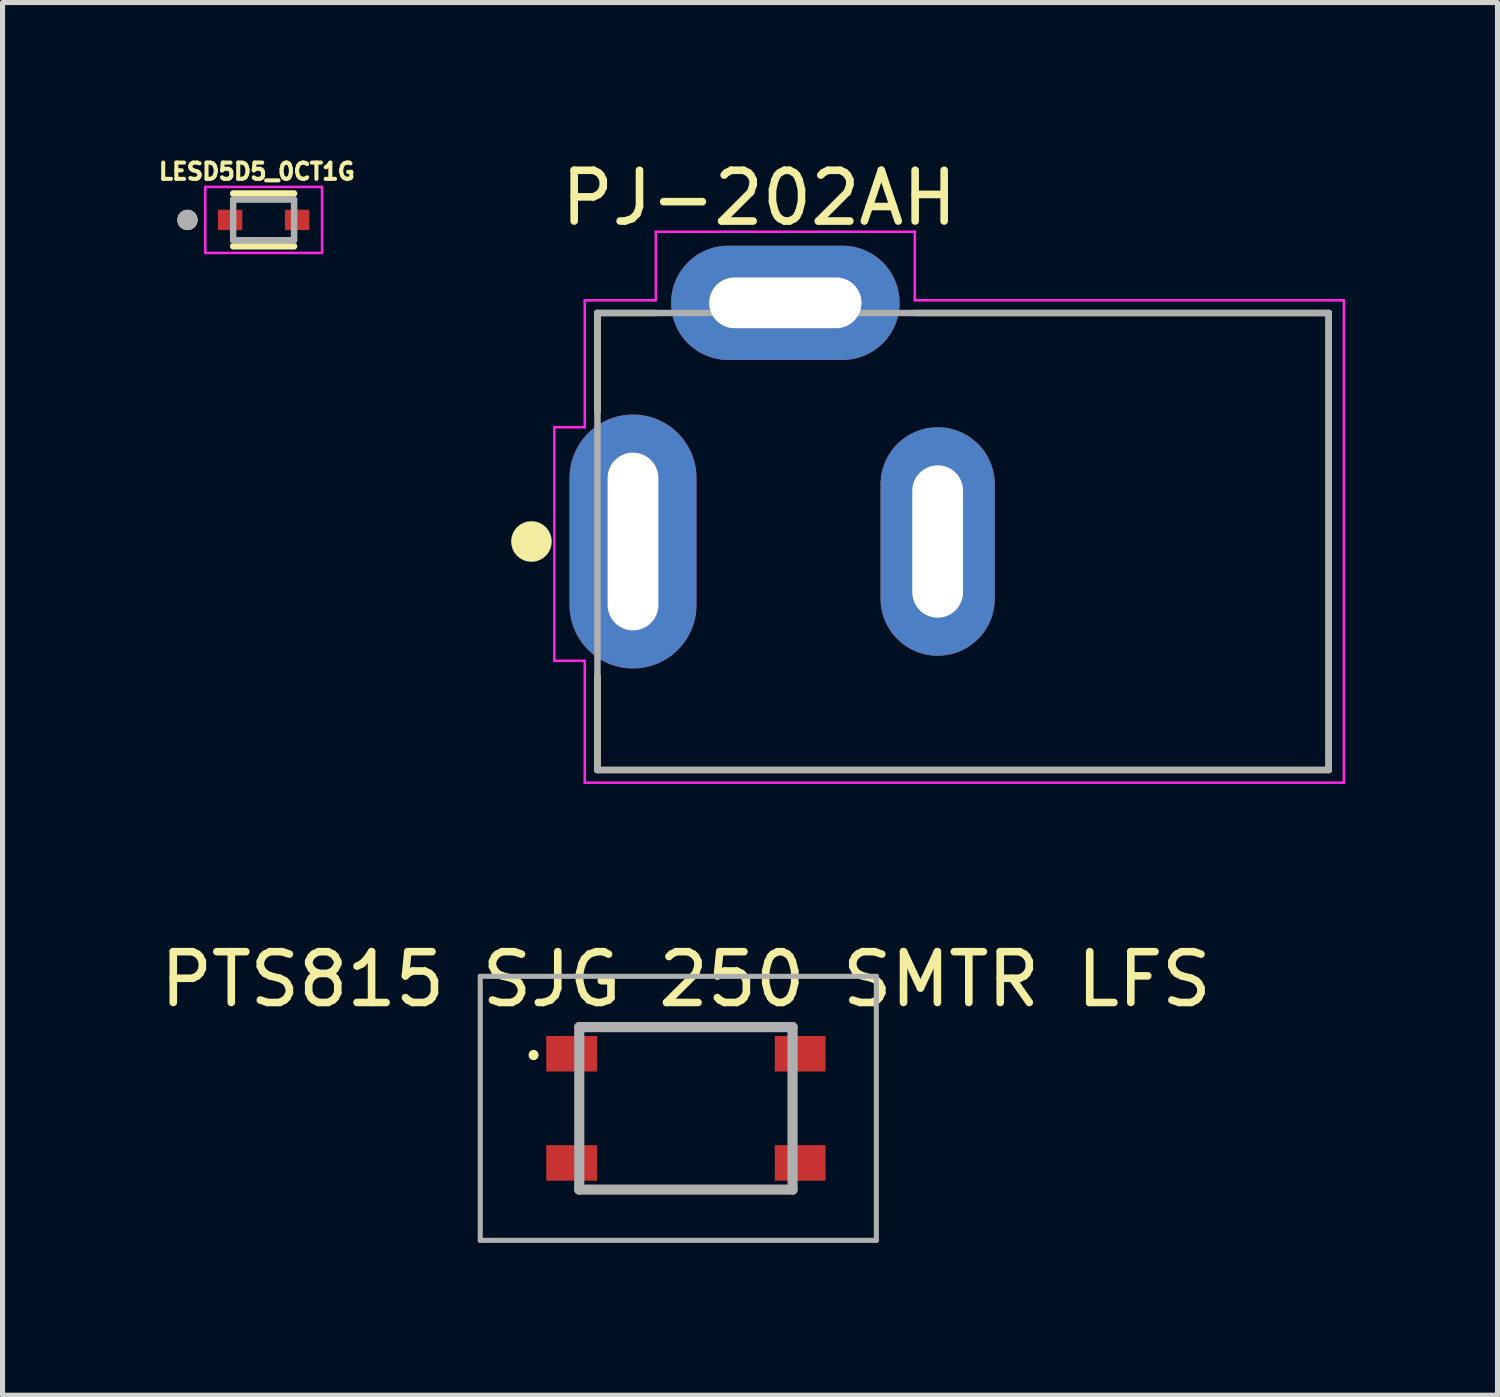
<source format=kicad_pcb>
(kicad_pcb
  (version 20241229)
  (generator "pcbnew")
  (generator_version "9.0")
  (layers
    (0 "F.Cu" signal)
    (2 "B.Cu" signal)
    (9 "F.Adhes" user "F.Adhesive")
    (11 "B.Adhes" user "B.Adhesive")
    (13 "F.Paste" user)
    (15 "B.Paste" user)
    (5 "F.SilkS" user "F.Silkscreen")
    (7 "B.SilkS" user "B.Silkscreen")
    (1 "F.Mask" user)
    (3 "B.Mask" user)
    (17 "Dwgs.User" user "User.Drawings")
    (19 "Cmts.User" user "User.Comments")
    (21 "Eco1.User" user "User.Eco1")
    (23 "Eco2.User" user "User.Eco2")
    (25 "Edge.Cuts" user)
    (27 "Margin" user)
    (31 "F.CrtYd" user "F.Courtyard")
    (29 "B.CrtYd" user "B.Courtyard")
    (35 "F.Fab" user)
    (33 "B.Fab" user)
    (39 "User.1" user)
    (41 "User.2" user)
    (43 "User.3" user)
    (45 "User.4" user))
  (footprint "LESD5D5_0CT1G"
    (layer "F.Cu")
    (at 2.142 1.281)
    (property "Reference" "LESD5D5_0CT1G" (at -0.134 -0.953 0) (layer "F.SilkS") (effects (font (size 0.32 0.32) (thickness 0.15))))
    (attr smd)
    (fp_line (start -0.6 -0.52) (end 0.6 -0.52) (stroke (width 0.127) (type solid)) (layer "F.SilkS"))
    (fp_line (start 0.6 0.52) (end -0.6 0.52) (stroke (width 0.127) (type solid)) (layer "F.SilkS"))
    (fp_circle (center -1.5 0) (end -1.4 0) (stroke (width 0.2) (type solid)) (fill no) (layer "F.SilkS"))
    (fp_line (start -1.15 -0.65) (end -1.15 0.65) (stroke (width 0.05) (type solid)) (layer "F.CrtYd"))
    (fp_line (start -1.15 0.65) (end 1.15 0.65) (stroke (width 0.05) (type solid)) (layer "F.CrtYd"))
    (fp_line (start 1.15 -0.65) (end -1.15 -0.65) (stroke (width 0.05) (type solid)) (layer "F.CrtYd"))
    (fp_line (start 1.15 0.65) (end 1.15 -0.65) (stroke (width 0.05) (type solid)) (layer "F.CrtYd"))
    (fp_line (start -0.6 -0.4) (end 0.6 -0.4) (stroke (width 0.127) (type solid)) (layer "F.Fab"))
    (fp_line (start -0.6 0.4) (end -0.6 -0.4) (stroke (width 0.127) (type solid)) (layer "F.Fab"))
    (fp_line (start 0.6 -0.4) (end 0.6 0.4) (stroke (width 0.127) (type solid)) (layer "F.Fab"))
    (fp_line (start 0.6 0.4) (end -0.6 0.4) (stroke (width 0.127) (type solid)) (layer "F.Fab"))
    (fp_circle (center -1.5 0) (end -1.4 0) (stroke (width 0.2) (type solid)) (fill no) (layer "F.Fab"))
    (pad "1" smd rect (at -0.66 0) (size 0.48 0.4) (layers "F.Cu" "F.Mask" "F.Paste"))
    (pad "2" smd rect (at 0.66 0) (size 0.48 0.4) (layers "F.Cu" "F.Mask" "F.Paste")))
  (footprint "PJ-202AH"
    (layer "F.Cu")
    (at 15.916 7.614)
    (property "Reference" "PJ-202AH" (at -4.015 -6.766 0) (layer "F.SilkS") (effects (font (size 1 1) (thickness 0.15))))
    (attr through_hole)
    (fp_line (start -7.2 -4.5) (end -6.05 -4.5) (stroke (width 0.127) (type solid)) (layer "F.SilkS"))
    (fp_line (start -7.2 -2.55) (end -7.2 -4.5) (stroke (width 0.127) (type solid)) (layer "F.SilkS"))
    (fp_line (start -7.2 4.5) (end -7.2 2.65) (stroke (width 0.127) (type solid)) (layer "F.SilkS"))
    (fp_line (start -0.95 -4.5) (end 7.2 -4.5) (stroke (width 0.127) (type solid)) (layer "F.SilkS"))
    (fp_line (start 7.2 -4.5) (end 7.2 4.5) (stroke (width 0.127) (type solid)) (layer "F.SilkS"))
    (fp_line (start 7.2 4.5) (end -7.2 4.5) (stroke (width 0.127) (type solid)) (layer "F.SilkS"))
    (fp_circle (center -8.5 0) (end -8.3 0) (stroke (width 0.4) (type solid)) (fill no) (layer "F.SilkS"))
    (fp_line (start -8.05 -2.25) (end -8.05 2.35) (stroke (width 0.05) (type solid)) (layer "F.CrtYd"))
    (fp_line (start -8.05 2.35) (end -7.45 2.35) (stroke (width 0.05) (type solid)) (layer "F.CrtYd"))
    (fp_line (start -7.45 -4.75) (end -6.05 -4.75) (stroke (width 0.05) (type solid)) (layer "F.CrtYd"))
    (fp_line (start -7.45 -2.25) (end -8.05 -2.25) (stroke (width 0.05) (type solid)) (layer "F.CrtYd"))
    (fp_line (start -7.45 -2.25) (end -7.45 -4.75) (stroke (width 0.05) (type solid)) (layer "F.CrtYd"))
    (fp_line (start -7.45 4.75) (end -7.45 2.35) (stroke (width 0.05) (type solid)) (layer "F.CrtYd"))
    (fp_line (start -6.05 -6.1) (end -0.95 -6.1) (stroke (width 0.05) (type solid)) (layer "F.CrtYd"))
    (fp_line (start -6.05 -4.75) (end -6.05 -6.1) (stroke (width 0.05) (type solid)) (layer "F.CrtYd"))
    (fp_line (start -0.95 -6.1) (end -0.95 -4.75) (stroke (width 0.05) (type solid)) (layer "F.CrtYd"))
    (fp_line (start -0.95 -4.75) (end 7.5 -4.75) (stroke (width 0.05) (type solid)) (layer "F.CrtYd"))
    (fp_line (start 7.5 -4.75) (end 7.5 4.75) (stroke (width 0.05) (type solid)) (layer "F.CrtYd"))
    (fp_line (start 7.5 4.75) (end -7.45 4.75) (stroke (width 0.05) (type solid)) (layer "F.CrtYd"))
    (fp_line (start -7.2 -4.5) (end 7.2 -4.5) (stroke (width 0.127) (type solid)) (layer "F.Fab"))
    (fp_line (start -7.2 4.5) (end -7.2 -4.5) (stroke (width 0.127) (type solid)) (layer "F.Fab"))
    (fp_line (start 7.2 -4.5) (end 7.2 4.5) (stroke (width 0.127) (type solid)) (layer "F.Fab"))
    (fp_line (start 7.2 4.5) (end -7.2 4.5) (stroke (width 0.127) (type solid)) (layer "F.Fab"))
    (pad "1" thru_hole oval (at -6.5 0) (size 2.5 5) (drill oval 1 3.5) (layers "*.Cu" "*.Mask"))
    (pad "2" thru_hole oval (at -0.5 0) (size 2.25 4.5) (drill oval 1 3) (layers "*.Cu" "*.Mask"))
    (pad "3" thru_hole oval (at -3.5 -4.7) (size 4.5 2.25) (drill oval 3 1) (layers "*.Cu" "*.Mask")))
  (footprint "PTS815 SJG 250 SMTR LFS"
    (layer "F.Cu")
    (at 10.458 18.777)
    (property "Reference" "PTS815 SJG 250 SMTR LFS" (at 0 -2.54 0) (layer "F.SilkS") (effects (font (size 1 1) (thickness 0.15))))
    (attr smd)
    (fp_line (start -2.1 -0.4) (end -2.1 0.4) (stroke (width 0.1) (type solid)) (layer "F.SilkS"))
    (fp_line (start -1.6 -1.6) (end 1.6 -1.6) (stroke (width 0.1) (type solid)) (layer "F.SilkS"))
    (fp_line (start 1.6 1.6) (end -1.6 1.6) (stroke (width 0.1) (type solid)) (layer "F.SilkS"))
    (fp_line (start 2.1 -0.4) (end 2.1 0.4) (stroke (width 0.1) (type solid)) (layer "F.SilkS"))
    (fp_arc (start -3 -1.1) (mid -2.95 -1.05) (end -3 -1) (stroke (width 0.1) (type solid)) (layer "F.SilkS"))
    (fp_arc (start -3 -1) (mid -3.05 -1.05) (end -3 -1.1) (stroke (width 0.1) (type solid)) (layer "F.SilkS"))
    (fp_line (start -4.05 -2.6) (end 3.75 -2.6) (stroke (width 0.1) (type solid)) (layer "F.Fab"))
    (fp_line (start -4.05 2.6) (end -4.05 -2.6) (stroke (width 0.1) (type solid)) (layer "F.Fab"))
    (fp_line (start -2.1 -1.6) (end 2.1 -1.6) (stroke (width 0.2) (type solid)) (layer "F.Fab"))
    (fp_line (start -2.1 1.6) (end -2.1 -1.6) (stroke (width 0.2) (type solid)) (layer "F.Fab"))
    (fp_line (start 2.1 -1.6) (end 2.1 1.6) (stroke (width 0.2) (type solid)) (layer "F.Fab"))
    (fp_line (start 2.1 1.6) (end -2.1 1.6) (stroke (width 0.2) (type solid)) (layer "F.Fab"))
    (fp_line (start 3.75 -2.6) (end 3.75 2.6) (stroke (width 0.1) (type solid)) (layer "F.Fab"))
    (fp_line (start 3.75 2.6) (end -4.05 2.6) (stroke (width 0.1) (type solid)) (layer "F.Fab"))
    (pad "1" smd rect (at -2.25 -1.075) (size 1 0.7) (layers "F.Cu" "F.Mask" "F.Paste"))
    (pad "2" smd rect (at 2.25 -1.075) (size 1 0.7) (layers "F.Cu" "F.Mask" "F.Paste"))
    (pad "3" smd rect (at -2.25 1.075) (size 1 0.7) (layers "F.Cu" "F.Mask" "F.Paste"))
    (pad "4" smd rect (at 2.25 1.075) (size 1 0.7) (layers "F.Cu" "F.Mask" "F.Paste")))
  (gr_rect
    (start -3 -3)
    (end 26.441 24.427)
    (stroke (width 0.1) (type default))
    (fill no)
    (layer "Edge.Cuts")))
</source>
